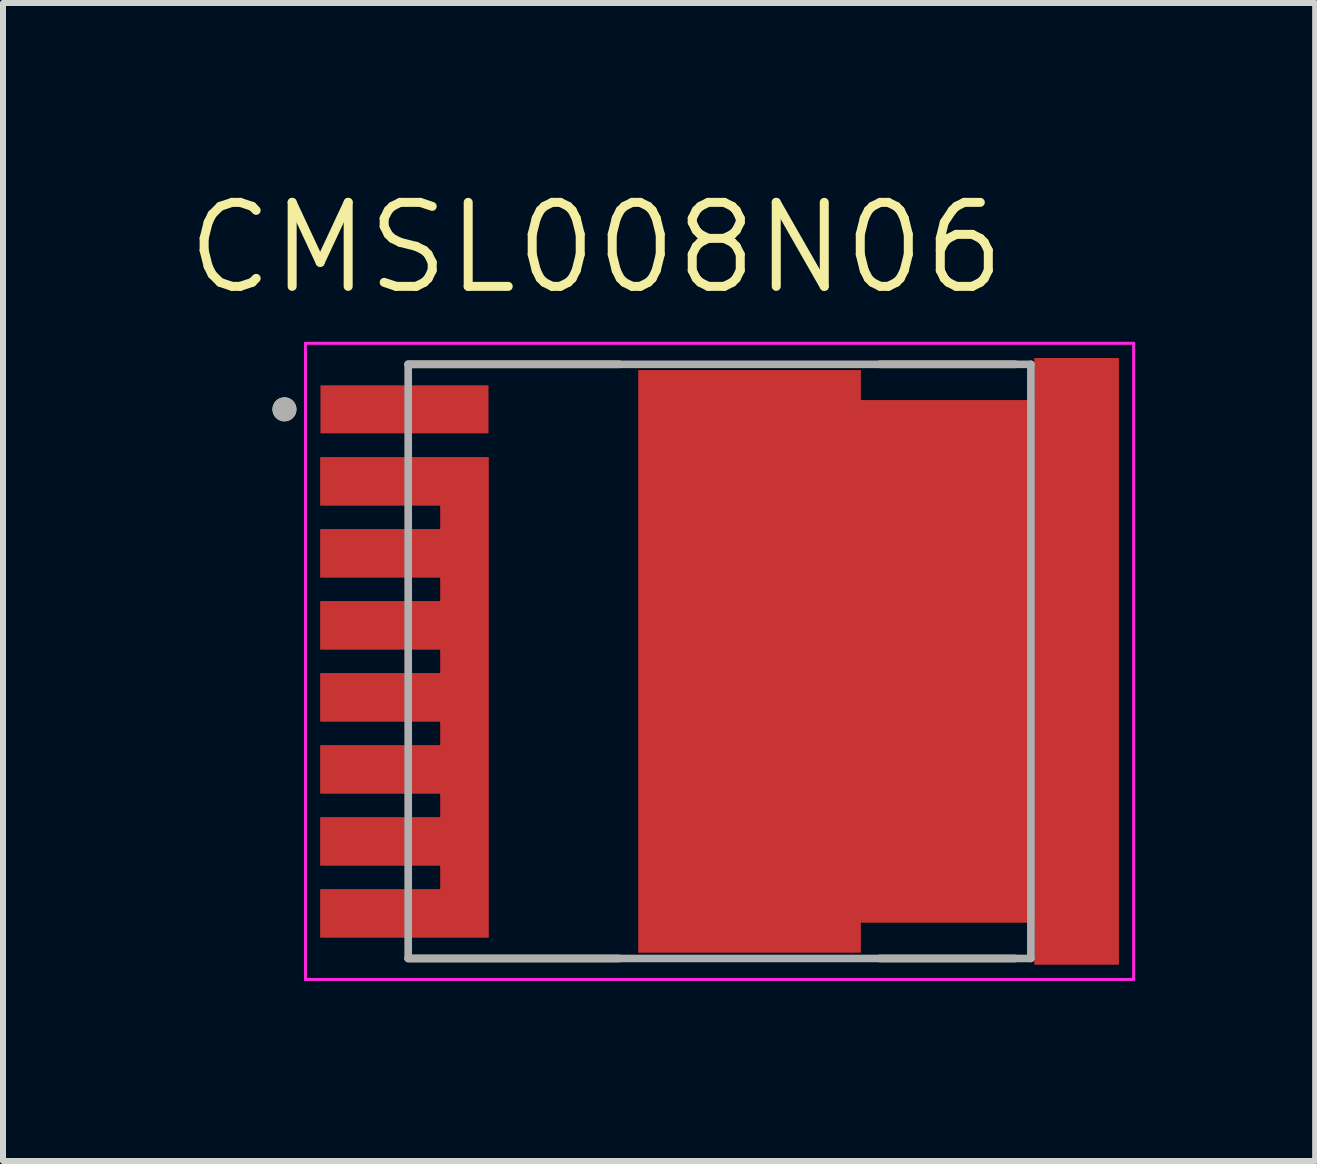
<source format=kicad_pcb>
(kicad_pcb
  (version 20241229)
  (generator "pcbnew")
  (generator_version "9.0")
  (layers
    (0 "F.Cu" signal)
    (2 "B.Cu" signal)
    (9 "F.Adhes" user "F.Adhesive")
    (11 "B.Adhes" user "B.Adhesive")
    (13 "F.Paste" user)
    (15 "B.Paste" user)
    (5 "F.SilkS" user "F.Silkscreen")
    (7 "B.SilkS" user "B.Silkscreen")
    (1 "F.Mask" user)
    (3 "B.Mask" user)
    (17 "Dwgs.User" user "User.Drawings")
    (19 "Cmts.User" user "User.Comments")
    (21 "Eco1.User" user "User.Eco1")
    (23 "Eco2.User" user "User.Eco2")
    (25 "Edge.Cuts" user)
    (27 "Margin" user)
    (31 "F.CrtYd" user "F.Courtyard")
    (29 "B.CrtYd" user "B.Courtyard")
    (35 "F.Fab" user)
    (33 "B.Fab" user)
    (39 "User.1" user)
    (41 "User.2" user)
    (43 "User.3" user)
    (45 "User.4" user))
  (footprint "CMSL008N06"
    (layer "F.Cu")
    (at 8.94 7.971)
    (property "Reference" "CMSL008N06" (at -2.055 -6.889 0) (layer "F.SilkS") (effects (font (size 1.4 1.4) (thickness 0.15))))
    (attr smd)
    (fp_poly (pts (xy 6.75 -5.15) (xy 6.75 5.15) (xy 5.15 5.15) (xy 5.15 4.45) (xy 2.45 4.45) (xy 2.45 4.95) (xy -1.45 4.95) (xy -1.45 -4.95) (xy 2.45 -4.95) (xy 2.45 -4.45) (xy 5.15 -4.45) (xy 5.15 -5.15)) (stroke (width 0.01) (type solid)) (fill yes) (layer "F.Mask"))
    (fp_poly (pts (xy -6.75 -3.5) (xy -3.75 -3.5) (xy -3.75 4.7) (xy -6.75 4.7) (xy -6.75 3.7) (xy -4.75 3.7) (xy -4.75 3.5) (xy -6.75 3.5) (xy -6.75 2.5) (xy -4.75 2.5) (xy -4.75 2.3) (xy -6.75 2.3) (xy -6.75 1.3) (xy -4.75 1.3) (xy -4.75 1.1) (xy -6.75 1.1) (xy -6.75 0.1) (xy -4.75 0.1) (xy -4.75 -0.1) (xy -6.75 -0.1) (xy -6.75 -1.1) (xy -4.75 -1.1) (xy -4.75 -1.3) (xy -6.75 -1.3) (xy -6.75 -2.3) (xy -4.75 -2.3) (xy -4.75 -2.5) (xy -6.75 -2.5)) (stroke (width 0.01) (type solid)) (fill yes) (layer "F.Mask"))
    (fp_line (start -5.188 4.95) (end -1.67 4.95) (stroke (width 0.127) (type solid)) (layer "F.SilkS"))
    (fp_line (start -1.67 -4.95) (end -5.188 -4.95) (stroke (width 0.127) (type solid)) (layer "F.SilkS"))
    (fp_line (start 4.93 -4.95) (end 2.67 -4.95) (stroke (width 0.127) (type solid)) (layer "F.SilkS"))
    (fp_line (start 4.93 4.95) (end 2.67 4.95) (stroke (width 0.127) (type solid)) (layer "F.SilkS"))
    (fp_circle (center -7.25 -4.2) (end -7.15 -4.2) (stroke (width 0.2) (type solid)) (fill no) (layer "F.SilkS"))
    (fp_circle (center -0.17 -4.2) (end 0.08 -4.2) (stroke (width 0.5) (type solid)) (fill no) (layer "F.Paste"))
    (fp_circle (center -0.17 -3) (end 0.08 -3) (stroke (width 0.5) (type solid)) (fill no) (layer "F.Paste"))
    (fp_circle (center -0.17 -1.8) (end 0.08 -1.8) (stroke (width 0.5) (type solid)) (fill no) (layer "F.Paste"))
    (fp_circle (center -0.17 -0.6) (end 0.08 -0.6) (stroke (width 0.5) (type solid)) (fill no) (layer "F.Paste"))
    (fp_circle (center -0.17 0.6) (end 0.08 0.6) (stroke (width 0.5) (type solid)) (fill no) (layer "F.Paste"))
    (fp_circle (center -0.17 1.8) (end 0.08 1.8) (stroke (width 0.5) (type solid)) (fill no) (layer "F.Paste"))
    (fp_circle (center -0.17 3) (end 0.08 3) (stroke (width 0.5) (type solid)) (fill no) (layer "F.Paste"))
    (fp_circle (center -0.17 4.2) (end 0.08 4.2) (stroke (width 0.5) (type solid)) (fill no) (layer "F.Paste"))
    (fp_circle (center 1.03 -4.2) (end 1.28 -4.2) (stroke (width 0.5) (type solid)) (fill no) (layer "F.Paste"))
    (fp_circle (center 1.03 -3) (end 1.28 -3) (stroke (width 0.5) (type solid)) (fill no) (layer "F.Paste"))
    (fp_circle (center 1.03 -1.8) (end 1.28 -1.8) (stroke (width 0.5) (type solid)) (fill no) (layer "F.Paste"))
    (fp_circle (center 1.03 -0.6) (end 1.28 -0.6) (stroke (width 0.5) (type solid)) (fill no) (layer "F.Paste"))
    (fp_circle (center 1.03 0.6) (end 1.28 0.6) (stroke (width 0.5) (type solid)) (fill no) (layer "F.Paste"))
    (fp_circle (center 1.03 1.8) (end 1.28 1.8) (stroke (width 0.5) (type solid)) (fill no) (layer "F.Paste"))
    (fp_circle (center 1.03 3) (end 1.28 3) (stroke (width 0.5) (type solid)) (fill no) (layer "F.Paste"))
    (fp_circle (center 1.03 4.2) (end 1.28 4.2) (stroke (width 0.5) (type solid)) (fill no) (layer "F.Paste"))
    (fp_circle (center 2.23 -3) (end 2.48 -3) (stroke (width 0.5) (type solid)) (fill no) (layer "F.Paste"))
    (fp_circle (center 2.23 -1.8) (end 2.48 -1.8) (stroke (width 0.5) (type solid)) (fill no) (layer "F.Paste"))
    (fp_circle (center 2.23 -0.6) (end 2.48 -0.6) (stroke (width 0.5) (type solid)) (fill no) (layer "F.Paste"))
    (fp_circle (center 2.23 0.6) (end 2.48 0.6) (stroke (width 0.5) (type solid)) (fill no) (layer "F.Paste"))
    (fp_circle (center 2.23 1.8) (end 2.48 1.8) (stroke (width 0.5) (type solid)) (fill no) (layer "F.Paste"))
    (fp_circle (center 2.23 3) (end 2.48 3) (stroke (width 0.5) (type solid)) (fill no) (layer "F.Paste"))
    (fp_circle (center 3.43 -3) (end 3.68 -3) (stroke (width 0.5) (type solid)) (fill no) (layer "F.Paste"))
    (fp_circle (center 3.43 -1.8) (end 3.68 -1.8) (stroke (width 0.5) (type solid)) (fill no) (layer "F.Paste"))
    (fp_circle (center 3.43 -0.6) (end 3.68 -0.6) (stroke (width 0.5) (type solid)) (fill no) (layer "F.Paste"))
    (fp_circle (center 3.43 0.6) (end 3.68 0.6) (stroke (width 0.5) (type solid)) (fill no) (layer "F.Paste"))
    (fp_circle (center 3.43 1.8) (end 3.68 1.8) (stroke (width 0.5) (type solid)) (fill no) (layer "F.Paste"))
    (fp_circle (center 3.43 3) (end 3.68 3) (stroke (width 0.5) (type solid)) (fill no) (layer "F.Paste"))
    (fp_circle (center 4.63 -3) (end 4.88 -3) (stroke (width 0.5) (type solid)) (fill no) (layer "F.Paste"))
    (fp_circle (center 4.63 -1.8) (end 4.88 -1.8) (stroke (width 0.5) (type solid)) (fill no) (layer "F.Paste"))
    (fp_circle (center 4.63 -0.6) (end 4.88 -0.6) (stroke (width 0.5) (type solid)) (fill no) (layer "F.Paste"))
    (fp_circle (center 4.63 0.6) (end 4.88 0.6) (stroke (width 0.5) (type solid)) (fill no) (layer "F.Paste"))
    (fp_circle (center 4.63 1.8) (end 4.88 1.8) (stroke (width 0.5) (type solid)) (fill no) (layer "F.Paste"))
    (fp_circle (center 4.63 3) (end 4.88 3) (stroke (width 0.5) (type solid)) (fill no) (layer "F.Paste"))
    (fp_circle (center 5.83 -4.2) (end 6.08 -4.2) (stroke (width 0.5) (type solid)) (fill no) (layer "F.Paste"))
    (fp_circle (center 5.83 -3) (end 6.08 -3) (stroke (width 0.5) (type solid)) (fill no) (layer "F.Paste"))
    (fp_circle (center 5.83 -1.8) (end 6.08 -1.8) (stroke (width 0.5) (type solid)) (fill no) (layer "F.Paste"))
    (fp_circle (center 5.83 -0.6) (end 6.08 -0.6) (stroke (width 0.5) (type solid)) (fill no) (layer "F.Paste"))
    (fp_circle (center 5.83 0.6) (end 6.08 0.6) (stroke (width 0.5) (type solid)) (fill no) (layer "F.Paste"))
    (fp_circle (center 5.83 1.8) (end 6.08 1.8) (stroke (width 0.5) (type solid)) (fill no) (layer "F.Paste"))
    (fp_circle (center 5.83 3) (end 6.08 3) (stroke (width 0.5) (type solid)) (fill no) (layer "F.Paste"))
    (fp_circle (center 5.83 4.2) (end 6.08 4.2) (stroke (width 0.5) (type solid)) (fill no) (layer "F.Paste"))
    (fp_poly (pts (xy -6.55 -4.55) (xy -3.95 -4.55) (xy -3.95 -3.85) (xy -6.55 -3.85)) (stroke (width 0.01) (type solid)) (fill yes) (layer "F.Paste"))
    (fp_poly (pts (xy -6.55 -3.35) (xy -3.95 -3.35) (xy -3.95 -2.65) (xy -6.55 -2.65)) (stroke (width 0.01) (type solid)) (fill yes) (layer "F.Paste"))
    (fp_poly (pts (xy -6.55 -2.15) (xy -3.95 -2.15) (xy -3.95 -1.45) (xy -6.55 -1.45)) (stroke (width 0.01) (type solid)) (fill yes) (layer "F.Paste"))
    (fp_poly (pts (xy -6.55 -0.95) (xy -3.95 -0.95) (xy -3.95 -0.25) (xy -6.55 -0.25)) (stroke (width 0.01) (type solid)) (fill yes) (layer "F.Paste"))
    (fp_poly (pts (xy -6.55 0.25) (xy -3.95 0.25) (xy -3.95 0.95) (xy -6.55 0.95)) (stroke (width 0.01) (type solid)) (fill yes) (layer "F.Paste"))
    (fp_poly (pts (xy -6.55 1.45) (xy -3.95 1.45) (xy -3.95 2.15) (xy -6.55 2.15)) (stroke (width 0.01) (type solid)) (fill yes) (layer "F.Paste"))
    (fp_poly (pts (xy -6.55 2.65) (xy -3.95 2.65) (xy -3.95 3.35) (xy -6.55 3.35)) (stroke (width 0.01) (type solid)) (fill yes) (layer "F.Paste"))
    (fp_poly (pts (xy -6.55 3.85) (xy -3.95 3.85) (xy -3.95 4.55) (xy -6.55 4.55)) (stroke (width 0.01) (type solid)) (fill yes) (layer "F.Paste"))
    (fp_line (start -6.9 -5.3) (end 6.9 -5.3) (stroke (width 0.05) (type solid)) (layer "F.CrtYd"))
    (fp_line (start -6.9 5.3) (end -6.9 -5.3) (stroke (width 0.05) (type solid)) (layer "F.CrtYd"))
    (fp_line (start 6.9 -5.3) (end 6.9 5.3) (stroke (width 0.05) (type solid)) (layer "F.CrtYd"))
    (fp_line (start 6.9 5.3) (end -6.9 5.3) (stroke (width 0.05) (type solid)) (layer "F.CrtYd"))
    (fp_line (start -5.188 -4.95) (end 5.188 -4.95) (stroke (width 0.127) (type solid)) (layer "F.Fab"))
    (fp_line (start -5.188 4.95) (end -5.188 -4.95) (stroke (width 0.127) (type solid)) (layer "F.Fab"))
    (fp_line (start 5.188 -4.95) (end 5.188 4.95) (stroke (width 0.127) (type solid)) (layer "F.Fab"))
    (fp_line (start 5.188 4.95) (end -5.188 4.95) (stroke (width 0.127) (type solid)) (layer "F.Fab"))
    (fp_circle (center -7.25 -4.2) (end -7.15 -4.2) (stroke (width 0.2) (type solid)) (fill no) (layer "F.Fab"))
    (pad "1" smd rect (at -5.25 -4.2) (size 2.8 0.8) (layers "F.Cu" "F.Mask"))
    (pad "2" smd custom (at -4.25 0) (size 0.4 0.4) (layers "F.Cu") (options (anchor rect)) (primitives (gr_poly (pts (xy -2.4 -3.4) (xy 0.4 -3.4) (xy 0.4 4.6) (xy -2.4 4.6) (xy -2.4 3.8) (xy -0.4 3.8) (xy -0.4 3.4) (xy -2.4 3.4) (xy -2.4 2.6) (xy -0.4 2.6) (xy -0.4 2.2) (xy -2.4 2.2) (xy -2.4 1.4) (xy -0.4 1.4) (xy -0.4 1) (xy -2.4 1) (xy -2.4 0.2) (xy -0.4 0.2) (xy -0.4 -0.2) (xy -2.4 -0.2) (xy -2.4 -1) (xy -0.4 -1) (xy -0.4 -1.4) (xy -2.4 -1.4) (xy -2.4 -2.2) (xy -0.4 -2.2) (xy -0.4 -2.6) (xy -2.4 -2.6)) (width 0.01) (fill yes))))
    (pad "3" smd custom (at 3.665 -0.05) (size 0.5 0.5) (layers "F.Cu") (options (anchor rect)) (primitives (gr_poly (pts (xy 2.985 -5) (xy 2.985 5.1) (xy 1.585 5.1) (xy 1.585 4.4) (xy -1.315 4.4) (xy -1.315 4.9) (xy -5.015 4.9) (xy -5.015 -4.8) (xy -1.315 -4.8) (xy -1.315 -4.3) (xy 1.585 -4.3) (xy 1.585 -5)) (width 0.01) (fill yes)))))
  (gr_rect
    (start -3 -3)
    (end 18.865 16.296)
    (stroke (width 0.1) (type default))
    (fill no)
    (layer "Edge.Cuts")))
</source>
